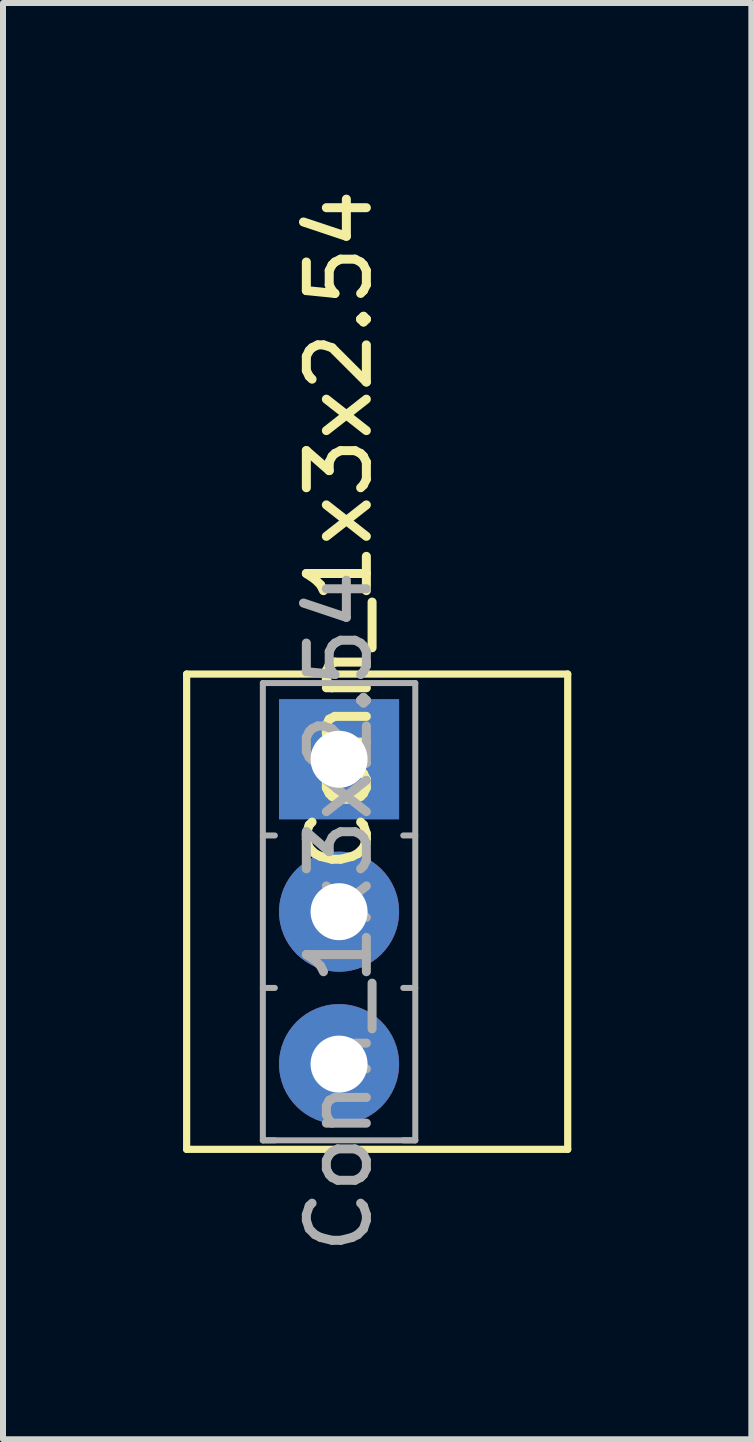
<source format=kicad_pcb>
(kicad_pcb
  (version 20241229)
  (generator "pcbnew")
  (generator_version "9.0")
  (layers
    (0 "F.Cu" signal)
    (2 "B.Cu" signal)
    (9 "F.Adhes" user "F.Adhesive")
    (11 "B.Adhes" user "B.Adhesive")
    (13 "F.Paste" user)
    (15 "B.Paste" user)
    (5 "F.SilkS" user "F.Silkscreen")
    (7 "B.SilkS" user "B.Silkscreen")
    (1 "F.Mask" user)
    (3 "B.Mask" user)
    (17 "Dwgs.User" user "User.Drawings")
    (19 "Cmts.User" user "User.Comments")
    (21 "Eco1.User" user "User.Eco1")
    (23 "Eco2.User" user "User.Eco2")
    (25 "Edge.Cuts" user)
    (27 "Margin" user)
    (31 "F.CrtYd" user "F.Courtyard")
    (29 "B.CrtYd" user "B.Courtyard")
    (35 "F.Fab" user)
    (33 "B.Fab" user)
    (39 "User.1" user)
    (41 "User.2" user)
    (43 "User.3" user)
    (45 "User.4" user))
  (footprint "Conn_1x3x2.54"
    (layer "F.Cu")
    (at 2.6 9.602)
    (property "Reference" "Conn_1x3x2.54" (at 0 -3.81 90) (layer "F.SilkS") (effects (font (size 1 1) (thickness 0.15))))
    (attr through_hole)
    (fp_line (start -2.54 -1.42) (end 3.81 -1.42) (stroke (width 0.12) (type solid)) (layer "F.SilkS"))
    (fp_line (start -2.54 6.5) (end -2.54 -1.42) (stroke (width 0.12) (type solid)) (layer "F.SilkS"))
    (fp_line (start 3.81 -1.42) (end 3.81 6.5) (stroke (width 0.12) (type solid)) (layer "F.SilkS"))
    (fp_line (start 3.81 6.5) (end -2.54 6.5) (stroke (width 0.12) (type solid)) (layer "F.SilkS"))
    (fp_line (start -1.27 -1.27) (end -1.27 6.35) (stroke (width 0.1) (type solid)) (layer "F.Fab"))
    (fp_line (start -1.27 1.27) (end -1.07 1.27) (stroke (width 0.1) (type solid)) (layer "F.Fab"))
    (fp_line (start -1.27 3.81) (end -1.07 3.81) (stroke (width 0.1) (type solid)) (layer "F.Fab"))
    (fp_line (start -1.27 6.35) (end -1.07 6.35) (stroke (width 0.1) (type solid)) (layer "F.Fab"))
    (fp_line (start -1.27 6.35) (end 1.27 6.35) (stroke (width 0.1) (type solid)) (layer "F.Fab"))
    (fp_line (start 1.27 -1.27) (end -1.27 -1.27) (stroke (width 0.1) (type solid)) (layer "F.Fab"))
    (fp_line (start 1.27 1.27) (end 1.07 1.27) (stroke (width 0.1) (type solid)) (layer "F.Fab"))
    (fp_line (start 1.27 3.81) (end 1.07 3.81) (stroke (width 0.1) (type solid)) (layer "F.Fab"))
    (fp_line (start 1.27 6.35) (end 1.07 6.35) (stroke (width 0.1) (type solid)) (layer "F.Fab"))
    (fp_line (start 1.27 6.35) (end 1.27 -1.27) (stroke (width 0.1) (type solid)) (layer "F.Fab"))
    (fp_text user "${REFERENCE}" (at 0 2.54 90) (layer "F.Fab") (effects (font (size 1 1) (thickness 0.15))))
    (pad "1" thru_hole rect (at 0 0) (size 2 2) (drill 0.95) (layers "*.Cu" "*.Mask"))
    (pad "2" thru_hole circle (at 0 2.54) (size 2 2) (drill 0.95) (layers "*.Cu" "*.Mask"))
    (pad "3" thru_hole circle (at 0 5.08) (size 2 2) (drill 0.95) (layers "*.Cu" "*.Mask")))
  (gr_rect
    (start -3 -3)
    (end 9.47 20.933)
    (stroke (width 0.1) (type default))
    (fill no)
    (layer "Edge.Cuts")))
</source>
